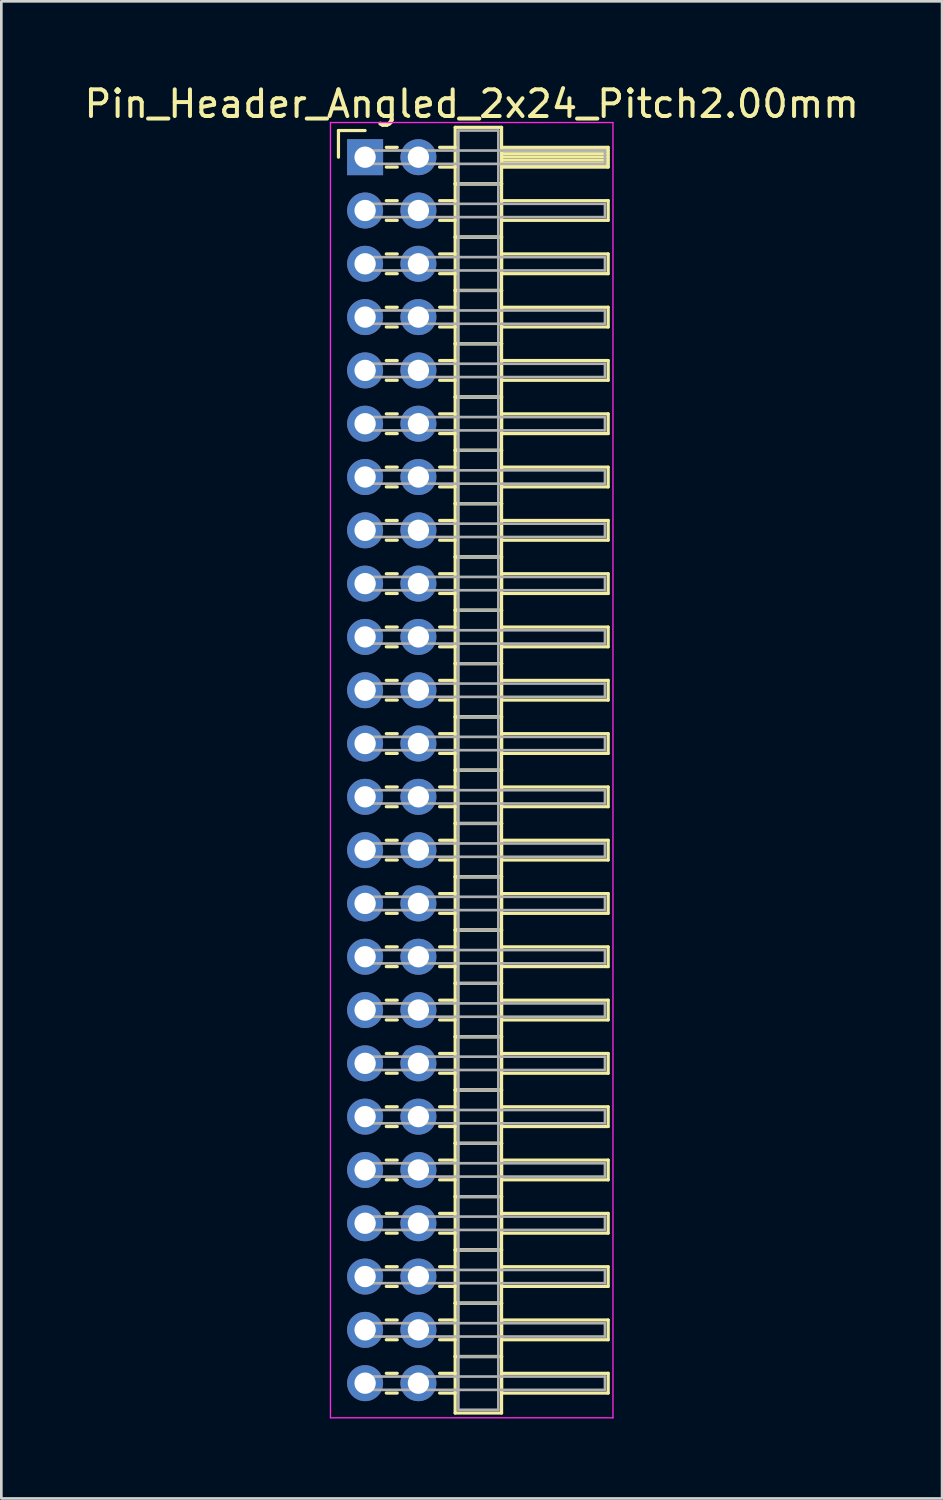
<source format=kicad_pcb>
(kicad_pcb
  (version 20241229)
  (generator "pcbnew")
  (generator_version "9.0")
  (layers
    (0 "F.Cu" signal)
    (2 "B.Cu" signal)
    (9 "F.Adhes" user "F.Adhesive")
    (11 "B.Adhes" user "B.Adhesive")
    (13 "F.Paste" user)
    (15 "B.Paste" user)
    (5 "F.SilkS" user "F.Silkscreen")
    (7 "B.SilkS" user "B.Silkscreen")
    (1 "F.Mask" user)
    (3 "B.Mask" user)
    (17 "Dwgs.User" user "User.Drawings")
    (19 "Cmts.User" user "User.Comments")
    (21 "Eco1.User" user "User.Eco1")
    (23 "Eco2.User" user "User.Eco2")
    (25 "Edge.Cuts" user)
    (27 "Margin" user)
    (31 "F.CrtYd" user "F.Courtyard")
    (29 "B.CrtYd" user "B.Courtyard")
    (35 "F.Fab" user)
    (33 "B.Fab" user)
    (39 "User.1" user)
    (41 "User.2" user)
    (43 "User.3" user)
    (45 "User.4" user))
  (footprint "Pin_Header_Angled_2x24_Pitch2.00mm"
    (layer "F.Cu")
    (at 10.649 2.848)
    (property "Reference" "Pin_Header_Angled_2x24_Pitch2.00mm" (at 4 -2 0) (layer "F.SilkS") (effects (font (size 1 1) (thickness 0.15))))
    (attr through_hole)
    (fp_line (start -1 -1) (end 0 -1) (stroke (width 0.12) (type solid)) (layer "F.SilkS"))
    (fp_line (start -1 0) (end -1 -1) (stroke (width 0.12) (type solid)) (layer "F.SilkS"))
    (fp_line (start 0.795 -0.37) (end 1.205 -0.37) (stroke (width 0.12) (type solid)) (layer "F.SilkS"))
    (fp_line (start 0.795 0.37) (end 1.205 0.37) (stroke (width 0.12) (type solid)) (layer "F.SilkS"))
    (fp_line (start 0.795 1.63) (end 1.205 1.63) (stroke (width 0.12) (type solid)) (layer "F.SilkS"))
    (fp_line (start 0.795 2.37) (end 1.205 2.37) (stroke (width 0.12) (type solid)) (layer "F.SilkS"))
    (fp_line (start 0.795 3.63) (end 1.205 3.63) (stroke (width 0.12) (type solid)) (layer "F.SilkS"))
    (fp_line (start 0.795 4.37) (end 1.205 4.37) (stroke (width 0.12) (type solid)) (layer "F.SilkS"))
    (fp_line (start 0.795 5.63) (end 1.205 5.63) (stroke (width 0.12) (type solid)) (layer "F.SilkS"))
    (fp_line (start 0.795 6.37) (end 1.205 6.37) (stroke (width 0.12) (type solid)) (layer "F.SilkS"))
    (fp_line (start 0.795 7.63) (end 1.205 7.63) (stroke (width 0.12) (type solid)) (layer "F.SilkS"))
    (fp_line (start 0.795 8.37) (end 1.205 8.37) (stroke (width 0.12) (type solid)) (layer "F.SilkS"))
    (fp_line (start 0.795 9.63) (end 1.205 9.63) (stroke (width 0.12) (type solid)) (layer "F.SilkS"))
    (fp_line (start 0.795 10.37) (end 1.205 10.37) (stroke (width 0.12) (type solid)) (layer "F.SilkS"))
    (fp_line (start 0.795 11.63) (end 1.205 11.63) (stroke (width 0.12) (type solid)) (layer "F.SilkS"))
    (fp_line (start 0.795 12.37) (end 1.205 12.37) (stroke (width 0.12) (type solid)) (layer "F.SilkS"))
    (fp_line (start 0.795 13.63) (end 1.205 13.63) (stroke (width 0.12) (type solid)) (layer "F.SilkS"))
    (fp_line (start 0.795 14.37) (end 1.205 14.37) (stroke (width 0.12) (type solid)) (layer "F.SilkS"))
    (fp_line (start 0.795 15.63) (end 1.205 15.63) (stroke (width 0.12) (type solid)) (layer "F.SilkS"))
    (fp_line (start 0.795 16.37) (end 1.205 16.37) (stroke (width 0.12) (type solid)) (layer "F.SilkS"))
    (fp_line (start 0.795 17.63) (end 1.205 17.63) (stroke (width 0.12) (type solid)) (layer "F.SilkS"))
    (fp_line (start 0.795 18.37) (end 1.205 18.37) (stroke (width 0.12) (type solid)) (layer "F.SilkS"))
    (fp_line (start 0.795 19.63) (end 1.205 19.63) (stroke (width 0.12) (type solid)) (layer "F.SilkS"))
    (fp_line (start 0.795 20.37) (end 1.205 20.37) (stroke (width 0.12) (type solid)) (layer "F.SilkS"))
    (fp_line (start 0.795 21.63) (end 1.205 21.63) (stroke (width 0.12) (type solid)) (layer "F.SilkS"))
    (fp_line (start 0.795 22.37) (end 1.205 22.37) (stroke (width 0.12) (type solid)) (layer "F.SilkS"))
    (fp_line (start 0.795 23.63) (end 1.205 23.63) (stroke (width 0.12) (type solid)) (layer "F.SilkS"))
    (fp_line (start 0.795 24.37) (end 1.205 24.37) (stroke (width 0.12) (type solid)) (layer "F.SilkS"))
    (fp_line (start 0.795 25.63) (end 1.205 25.63) (stroke (width 0.12) (type solid)) (layer "F.SilkS"))
    (fp_line (start 0.795 26.37) (end 1.205 26.37) (stroke (width 0.12) (type solid)) (layer "F.SilkS"))
    (fp_line (start 0.795 27.63) (end 1.205 27.63) (stroke (width 0.12) (type solid)) (layer "F.SilkS"))
    (fp_line (start 0.795 28.37) (end 1.205 28.37) (stroke (width 0.12) (type solid)) (layer "F.SilkS"))
    (fp_line (start 0.795 29.63) (end 1.205 29.63) (stroke (width 0.12) (type solid)) (layer "F.SilkS"))
    (fp_line (start 0.795 30.37) (end 1.205 30.37) (stroke (width 0.12) (type solid)) (layer "F.SilkS"))
    (fp_line (start 0.795 31.63) (end 1.205 31.63) (stroke (width 0.12) (type solid)) (layer "F.SilkS"))
    (fp_line (start 0.795 32.37) (end 1.205 32.37) (stroke (width 0.12) (type solid)) (layer "F.SilkS"))
    (fp_line (start 0.795 33.63) (end 1.205 33.63) (stroke (width 0.12) (type solid)) (layer "F.SilkS"))
    (fp_line (start 0.795 34.37) (end 1.205 34.37) (stroke (width 0.12) (type solid)) (layer "F.SilkS"))
    (fp_line (start 0.795 35.63) (end 1.205 35.63) (stroke (width 0.12) (type solid)) (layer "F.SilkS"))
    (fp_line (start 0.795 36.37) (end 1.205 36.37) (stroke (width 0.12) (type solid)) (layer "F.SilkS"))
    (fp_line (start 0.795 37.63) (end 1.205 37.63) (stroke (width 0.12) (type solid)) (layer "F.SilkS"))
    (fp_line (start 0.795 38.37) (end 1.205 38.37) (stroke (width 0.12) (type solid)) (layer "F.SilkS"))
    (fp_line (start 0.795 39.63) (end 1.205 39.63) (stroke (width 0.12) (type solid)) (layer "F.SilkS"))
    (fp_line (start 0.795 40.37) (end 1.205 40.37) (stroke (width 0.12) (type solid)) (layer "F.SilkS"))
    (fp_line (start 0.795 41.63) (end 1.205 41.63) (stroke (width 0.12) (type solid)) (layer "F.SilkS"))
    (fp_line (start 0.795 42.37) (end 1.205 42.37) (stroke (width 0.12) (type solid)) (layer "F.SilkS"))
    (fp_line (start 0.795 43.63) (end 1.205 43.63) (stroke (width 0.12) (type solid)) (layer "F.SilkS"))
    (fp_line (start 0.795 44.37) (end 1.205 44.37) (stroke (width 0.12) (type solid)) (layer "F.SilkS"))
    (fp_line (start 0.795 45.63) (end 1.205 45.63) (stroke (width 0.12) (type solid)) (layer "F.SilkS"))
    (fp_line (start 0.795 46.37) (end 1.205 46.37) (stroke (width 0.12) (type solid)) (layer "F.SilkS"))
    (fp_line (start 2.795 -0.37) (end 3.38 -0.37) (stroke (width 0.12) (type solid)) (layer "F.SilkS"))
    (fp_line (start 2.795 0.37) (end 3.38 0.37) (stroke (width 0.12) (type solid)) (layer "F.SilkS"))
    (fp_line (start 2.795 1.63) (end 3.38 1.63) (stroke (width 0.12) (type solid)) (layer "F.SilkS"))
    (fp_line (start 2.795 2.37) (end 3.38 2.37) (stroke (width 0.12) (type solid)) (layer "F.SilkS"))
    (fp_line (start 2.795 3.63) (end 3.38 3.63) (stroke (width 0.12) (type solid)) (layer "F.SilkS"))
    (fp_line (start 2.795 4.37) (end 3.38 4.37) (stroke (width 0.12) (type solid)) (layer "F.SilkS"))
    (fp_line (start 2.795 5.63) (end 3.38 5.63) (stroke (width 0.12) (type solid)) (layer "F.SilkS"))
    (fp_line (start 2.795 6.37) (end 3.38 6.37) (stroke (width 0.12) (type solid)) (layer "F.SilkS"))
    (fp_line (start 2.795 7.63) (end 3.38 7.63) (stroke (width 0.12) (type solid)) (layer "F.SilkS"))
    (fp_line (start 2.795 8.37) (end 3.38 8.37) (stroke (width 0.12) (type solid)) (layer "F.SilkS"))
    (fp_line (start 2.795 9.63) (end 3.38 9.63) (stroke (width 0.12) (type solid)) (layer "F.SilkS"))
    (fp_line (start 2.795 10.37) (end 3.38 10.37) (stroke (width 0.12) (type solid)) (layer "F.SilkS"))
    (fp_line (start 2.795 11.63) (end 3.38 11.63) (stroke (width 0.12) (type solid)) (layer "F.SilkS"))
    (fp_line (start 2.795 12.37) (end 3.38 12.37) (stroke (width 0.12) (type solid)) (layer "F.SilkS"))
    (fp_line (start 2.795 13.63) (end 3.38 13.63) (stroke (width 0.12) (type solid)) (layer "F.SilkS"))
    (fp_line (start 2.795 14.37) (end 3.38 14.37) (stroke (width 0.12) (type solid)) (layer "F.SilkS"))
    (fp_line (start 2.795 15.63) (end 3.38 15.63) (stroke (width 0.12) (type solid)) (layer "F.SilkS"))
    (fp_line (start 2.795 16.37) (end 3.38 16.37) (stroke (width 0.12) (type solid)) (layer "F.SilkS"))
    (fp_line (start 2.795 17.63) (end 3.38 17.63) (stroke (width 0.12) (type solid)) (layer "F.SilkS"))
    (fp_line (start 2.795 18.37) (end 3.38 18.37) (stroke (width 0.12) (type solid)) (layer "F.SilkS"))
    (fp_line (start 2.795 19.63) (end 3.38 19.63) (stroke (width 0.12) (type solid)) (layer "F.SilkS"))
    (fp_line (start 2.795 20.37) (end 3.38 20.37) (stroke (width 0.12) (type solid)) (layer "F.SilkS"))
    (fp_line (start 2.795 21.63) (end 3.38 21.63) (stroke (width 0.12) (type solid)) (layer "F.SilkS"))
    (fp_line (start 2.795 22.37) (end 3.38 22.37) (stroke (width 0.12) (type solid)) (layer "F.SilkS"))
    (fp_line (start 2.795 23.63) (end 3.38 23.63) (stroke (width 0.12) (type solid)) (layer "F.SilkS"))
    (fp_line (start 2.795 24.37) (end 3.38 24.37) (stroke (width 0.12) (type solid)) (layer "F.SilkS"))
    (fp_line (start 2.795 25.63) (end 3.38 25.63) (stroke (width 0.12) (type solid)) (layer "F.SilkS"))
    (fp_line (start 2.795 26.37) (end 3.38 26.37) (stroke (width 0.12) (type solid)) (layer "F.SilkS"))
    (fp_line (start 2.795 27.63) (end 3.38 27.63) (stroke (width 0.12) (type solid)) (layer "F.SilkS"))
    (fp_line (start 2.795 28.37) (end 3.38 28.37) (stroke (width 0.12) (type solid)) (layer "F.SilkS"))
    (fp_line (start 2.795 29.63) (end 3.38 29.63) (stroke (width 0.12) (type solid)) (layer "F.SilkS"))
    (fp_line (start 2.795 30.37) (end 3.38 30.37) (stroke (width 0.12) (type solid)) (layer "F.SilkS"))
    (fp_line (start 2.795 31.63) (end 3.38 31.63) (stroke (width 0.12) (type solid)) (layer "F.SilkS"))
    (fp_line (start 2.795 32.37) (end 3.38 32.37) (stroke (width 0.12) (type solid)) (layer "F.SilkS"))
    (fp_line (start 2.795 33.63) (end 3.38 33.63) (stroke (width 0.12) (type solid)) (layer "F.SilkS"))
    (fp_line (start 2.795 34.37) (end 3.38 34.37) (stroke (width 0.12) (type solid)) (layer "F.SilkS"))
    (fp_line (start 2.795 35.63) (end 3.38 35.63) (stroke (width 0.12) (type solid)) (layer "F.SilkS"))
    (fp_line (start 2.795 36.37) (end 3.38 36.37) (stroke (width 0.12) (type solid)) (layer "F.SilkS"))
    (fp_line (start 2.795 37.63) (end 3.38 37.63) (stroke (width 0.12) (type solid)) (layer "F.SilkS"))
    (fp_line (start 2.795 38.37) (end 3.38 38.37) (stroke (width 0.12) (type solid)) (layer "F.SilkS"))
    (fp_line (start 2.795 39.63) (end 3.38 39.63) (stroke (width 0.12) (type solid)) (layer "F.SilkS"))
    (fp_line (start 2.795 40.37) (end 3.38 40.37) (stroke (width 0.12) (type solid)) (layer "F.SilkS"))
    (fp_line (start 2.795 41.63) (end 3.38 41.63) (stroke (width 0.12) (type solid)) (layer "F.SilkS"))
    (fp_line (start 2.795 42.37) (end 3.38 42.37) (stroke (width 0.12) (type solid)) (layer "F.SilkS"))
    (fp_line (start 2.795 43.63) (end 3.38 43.63) (stroke (width 0.12) (type solid)) (layer "F.SilkS"))
    (fp_line (start 2.795 44.37) (end 3.38 44.37) (stroke (width 0.12) (type solid)) (layer "F.SilkS"))
    (fp_line (start 2.795 45.63) (end 3.38 45.63) (stroke (width 0.12) (type solid)) (layer "F.SilkS"))
    (fp_line (start 2.795 46.37) (end 3.38 46.37) (stroke (width 0.12) (type solid)) (layer "F.SilkS"))
    (fp_line (start 3.38 -1.12) (end 3.38 1) (stroke (width 0.12) (type solid)) (layer "F.SilkS"))
    (fp_line (start 3.38 1) (end 3.38 3) (stroke (width 0.12) (type solid)) (layer "F.SilkS"))
    (fp_line (start 3.38 1) (end 5.12 1) (stroke (width 0.12) (type solid)) (layer "F.SilkS"))
    (fp_line (start 3.38 3) (end 3.38 5) (stroke (width 0.12) (type solid)) (layer "F.SilkS"))
    (fp_line (start 3.38 3) (end 5.12 3) (stroke (width 0.12) (type solid)) (layer "F.SilkS"))
    (fp_line (start 3.38 5) (end 3.38 7) (stroke (width 0.12) (type solid)) (layer "F.SilkS"))
    (fp_line (start 3.38 5) (end 5.12 5) (stroke (width 0.12) (type solid)) (layer "F.SilkS"))
    (fp_line (start 3.38 7) (end 3.38 9) (stroke (width 0.12) (type solid)) (layer "F.SilkS"))
    (fp_line (start 3.38 7) (end 5.12 7) (stroke (width 0.12) (type solid)) (layer "F.SilkS"))
    (fp_line (start 3.38 9) (end 3.38 11) (stroke (width 0.12) (type solid)) (layer "F.SilkS"))
    (fp_line (start 3.38 9) (end 5.12 9) (stroke (width 0.12) (type solid)) (layer "F.SilkS"))
    (fp_line (start 3.38 11) (end 3.38 13) (stroke (width 0.12) (type solid)) (layer "F.SilkS"))
    (fp_line (start 3.38 11) (end 5.12 11) (stroke (width 0.12) (type solid)) (layer "F.SilkS"))
    (fp_line (start 3.38 13) (end 3.38 15) (stroke (width 0.12) (type solid)) (layer "F.SilkS"))
    (fp_line (start 3.38 13) (end 5.12 13) (stroke (width 0.12) (type solid)) (layer "F.SilkS"))
    (fp_line (start 3.38 15) (end 3.38 17) (stroke (width 0.12) (type solid)) (layer "F.SilkS"))
    (fp_line (start 3.38 15) (end 5.12 15) (stroke (width 0.12) (type solid)) (layer "F.SilkS"))
    (fp_line (start 3.38 17) (end 3.38 19) (stroke (width 0.12) (type solid)) (layer "F.SilkS"))
    (fp_line (start 3.38 17) (end 5.12 17) (stroke (width 0.12) (type solid)) (layer "F.SilkS"))
    (fp_line (start 3.38 19) (end 3.38 21) (stroke (width 0.12) (type solid)) (layer "F.SilkS"))
    (fp_line (start 3.38 19) (end 5.12 19) (stroke (width 0.12) (type solid)) (layer "F.SilkS"))
    (fp_line (start 3.38 21) (end 3.38 23) (stroke (width 0.12) (type solid)) (layer "F.SilkS"))
    (fp_line (start 3.38 21) (end 5.12 21) (stroke (width 0.12) (type solid)) (layer "F.SilkS"))
    (fp_line (start 3.38 23) (end 3.38 25) (stroke (width 0.12) (type solid)) (layer "F.SilkS"))
    (fp_line (start 3.38 23) (end 5.12 23) (stroke (width 0.12) (type solid)) (layer "F.SilkS"))
    (fp_line (start 3.38 25) (end 3.38 27) (stroke (width 0.12) (type solid)) (layer "F.SilkS"))
    (fp_line (start 3.38 25) (end 5.12 25) (stroke (width 0.12) (type solid)) (layer "F.SilkS"))
    (fp_line (start 3.38 27) (end 3.38 29) (stroke (width 0.12) (type solid)) (layer "F.SilkS"))
    (fp_line (start 3.38 27) (end 5.12 27) (stroke (width 0.12) (type solid)) (layer "F.SilkS"))
    (fp_line (start 3.38 29) (end 3.38 31) (stroke (width 0.12) (type solid)) (layer "F.SilkS"))
    (fp_line (start 3.38 29) (end 5.12 29) (stroke (width 0.12) (type solid)) (layer "F.SilkS"))
    (fp_line (start 3.38 31) (end 3.38 33) (stroke (width 0.12) (type solid)) (layer "F.SilkS"))
    (fp_line (start 3.38 31) (end 5.12 31) (stroke (width 0.12) (type solid)) (layer "F.SilkS"))
    (fp_line (start 3.38 33) (end 3.38 35) (stroke (width 0.12) (type solid)) (layer "F.SilkS"))
    (fp_line (start 3.38 33) (end 5.12 33) (stroke (width 0.12) (type solid)) (layer "F.SilkS"))
    (fp_line (start 3.38 35) (end 3.38 37) (stroke (width 0.12) (type solid)) (layer "F.SilkS"))
    (fp_line (start 3.38 35) (end 5.12 35) (stroke (width 0.12) (type solid)) (layer "F.SilkS"))
    (fp_line (start 3.38 37) (end 3.38 39) (stroke (width 0.12) (type solid)) (layer "F.SilkS"))
    (fp_line (start 3.38 37) (end 5.12 37) (stroke (width 0.12) (type solid)) (layer "F.SilkS"))
    (fp_line (start 3.38 39) (end 3.38 41) (stroke (width 0.12) (type solid)) (layer "F.SilkS"))
    (fp_line (start 3.38 39) (end 5.12 39) (stroke (width 0.12) (type solid)) (layer "F.SilkS"))
    (fp_line (start 3.38 41) (end 3.38 43) (stroke (width 0.12) (type solid)) (layer "F.SilkS"))
    (fp_line (start 3.38 41) (end 5.12 41) (stroke (width 0.12) (type solid)) (layer "F.SilkS"))
    (fp_line (start 3.38 43) (end 3.38 45) (stroke (width 0.12) (type solid)) (layer "F.SilkS"))
    (fp_line (start 3.38 43) (end 5.12 43) (stroke (width 0.12) (type solid)) (layer "F.SilkS"))
    (fp_line (start 3.38 45) (end 3.38 47.12) (stroke (width 0.12) (type solid)) (layer "F.SilkS"))
    (fp_line (start 3.38 45) (end 5.12 45) (stroke (width 0.12) (type solid)) (layer "F.SilkS"))
    (fp_line (start 3.38 47.12) (end 5.12 47.12) (stroke (width 0.12) (type solid)) (layer "F.SilkS"))
    (fp_line (start 5.12 -1.12) (end 3.38 -1.12) (stroke (width 0.12) (type solid)) (layer "F.SilkS"))
    (fp_line (start 5.12 -0.37) (end 5.12 0.37) (stroke (width 0.12) (type solid)) (layer "F.SilkS"))
    (fp_line (start 5.12 -0.25) (end 9.12 -0.25) (stroke (width 0.12) (type solid)) (layer "F.SilkS"))
    (fp_line (start 5.12 -0.13) (end 9.12 -0.13) (stroke (width 0.12) (type solid)) (layer "F.SilkS"))
    (fp_line (start 5.12 -0.01) (end 9.12 -0.01) (stroke (width 0.12) (type solid)) (layer "F.SilkS"))
    (fp_line (start 5.12 0.11) (end 9.12 0.11) (stroke (width 0.12) (type solid)) (layer "F.SilkS"))
    (fp_line (start 5.12 0.23) (end 9.12 0.23) (stroke (width 0.12) (type solid)) (layer "F.SilkS"))
    (fp_line (start 5.12 0.35) (end 9.12 0.35) (stroke (width 0.12) (type solid)) (layer "F.SilkS"))
    (fp_line (start 5.12 0.37) (end 9.12 0.37) (stroke (width 0.12) (type solid)) (layer "F.SilkS"))
    (fp_line (start 5.12 1) (end 3.38 1) (stroke (width 0.12) (type solid)) (layer "F.SilkS"))
    (fp_line (start 5.12 1) (end 5.12 -1.12) (stroke (width 0.12) (type solid)) (layer "F.SilkS"))
    (fp_line (start 5.12 1.63) (end 5.12 2.37) (stroke (width 0.12) (type solid)) (layer "F.SilkS"))
    (fp_line (start 5.12 2.37) (end 9.12 2.37) (stroke (width 0.12) (type solid)) (layer "F.SilkS"))
    (fp_line (start 5.12 3) (end 3.38 3) (stroke (width 0.12) (type solid)) (layer "F.SilkS"))
    (fp_line (start 5.12 3) (end 5.12 1) (stroke (width 0.12) (type solid)) (layer "F.SilkS"))
    (fp_line (start 5.12 3.63) (end 5.12 4.37) (stroke (width 0.12) (type solid)) (layer "F.SilkS"))
    (fp_line (start 5.12 4.37) (end 9.12 4.37) (stroke (width 0.12) (type solid)) (layer "F.SilkS"))
    (fp_line (start 5.12 5) (end 3.38 5) (stroke (width 0.12) (type solid)) (layer "F.SilkS"))
    (fp_line (start 5.12 5) (end 5.12 3) (stroke (width 0.12) (type solid)) (layer "F.SilkS"))
    (fp_line (start 5.12 5.63) (end 5.12 6.37) (stroke (width 0.12) (type solid)) (layer "F.SilkS"))
    (fp_line (start 5.12 6.37) (end 9.12 6.37) (stroke (width 0.12) (type solid)) (layer "F.SilkS"))
    (fp_line (start 5.12 7) (end 3.38 7) (stroke (width 0.12) (type solid)) (layer "F.SilkS"))
    (fp_line (start 5.12 7) (end 5.12 5) (stroke (width 0.12) (type solid)) (layer "F.SilkS"))
    (fp_line (start 5.12 7.63) (end 5.12 8.37) (stroke (width 0.12) (type solid)) (layer "F.SilkS"))
    (fp_line (start 5.12 8.37) (end 9.12 8.37) (stroke (width 0.12) (type solid)) (layer "F.SilkS"))
    (fp_line (start 5.12 9) (end 3.38 9) (stroke (width 0.12) (type solid)) (layer "F.SilkS"))
    (fp_line (start 5.12 9) (end 5.12 7) (stroke (width 0.12) (type solid)) (layer "F.SilkS"))
    (fp_line (start 5.12 9.63) (end 5.12 10.37) (stroke (width 0.12) (type solid)) (layer "F.SilkS"))
    (fp_line (start 5.12 10.37) (end 9.12 10.37) (stroke (width 0.12) (type solid)) (layer "F.SilkS"))
    (fp_line (start 5.12 11) (end 3.38 11) (stroke (width 0.12) (type solid)) (layer "F.SilkS"))
    (fp_line (start 5.12 11) (end 5.12 9) (stroke (width 0.12) (type solid)) (layer "F.SilkS"))
    (fp_line (start 5.12 11.63) (end 5.12 12.37) (stroke (width 0.12) (type solid)) (layer "F.SilkS"))
    (fp_line (start 5.12 12.37) (end 9.12 12.37) (stroke (width 0.12) (type solid)) (layer "F.SilkS"))
    (fp_line (start 5.12 13) (end 3.38 13) (stroke (width 0.12) (type solid)) (layer "F.SilkS"))
    (fp_line (start 5.12 13) (end 5.12 11) (stroke (width 0.12) (type solid)) (layer "F.SilkS"))
    (fp_line (start 5.12 13.63) (end 5.12 14.37) (stroke (width 0.12) (type solid)) (layer "F.SilkS"))
    (fp_line (start 5.12 14.37) (end 9.12 14.37) (stroke (width 0.12) (type solid)) (layer "F.SilkS"))
    (fp_line (start 5.12 15) (end 3.38 15) (stroke (width 0.12) (type solid)) (layer "F.SilkS"))
    (fp_line (start 5.12 15) (end 5.12 13) (stroke (width 0.12) (type solid)) (layer "F.SilkS"))
    (fp_line (start 5.12 15.63) (end 5.12 16.37) (stroke (width 0.12) (type solid)) (layer "F.SilkS"))
    (fp_line (start 5.12 16.37) (end 9.12 16.37) (stroke (width 0.12) (type solid)) (layer "F.SilkS"))
    (fp_line (start 5.12 17) (end 3.38 17) (stroke (width 0.12) (type solid)) (layer "F.SilkS"))
    (fp_line (start 5.12 17) (end 5.12 15) (stroke (width 0.12) (type solid)) (layer "F.SilkS"))
    (fp_line (start 5.12 17.63) (end 5.12 18.37) (stroke (width 0.12) (type solid)) (layer "F.SilkS"))
    (fp_line (start 5.12 18.37) (end 9.12 18.37) (stroke (width 0.12) (type solid)) (layer "F.SilkS"))
    (fp_line (start 5.12 19) (end 3.38 19) (stroke (width 0.12) (type solid)) (layer "F.SilkS"))
    (fp_line (start 5.12 19) (end 5.12 17) (stroke (width 0.12) (type solid)) (layer "F.SilkS"))
    (fp_line (start 5.12 19.63) (end 5.12 20.37) (stroke (width 0.12) (type solid)) (layer "F.SilkS"))
    (fp_line (start 5.12 20.37) (end 9.12 20.37) (stroke (width 0.12) (type solid)) (layer "F.SilkS"))
    (fp_line (start 5.12 21) (end 3.38 21) (stroke (width 0.12) (type solid)) (layer "F.SilkS"))
    (fp_line (start 5.12 21) (end 5.12 19) (stroke (width 0.12) (type solid)) (layer "F.SilkS"))
    (fp_line (start 5.12 21.63) (end 5.12 22.37) (stroke (width 0.12) (type solid)) (layer "F.SilkS"))
    (fp_line (start 5.12 22.37) (end 9.12 22.37) (stroke (width 0.12) (type solid)) (layer "F.SilkS"))
    (fp_line (start 5.12 23) (end 3.38 23) (stroke (width 0.12) (type solid)) (layer "F.SilkS"))
    (fp_line (start 5.12 23) (end 5.12 21) (stroke (width 0.12) (type solid)) (layer "F.SilkS"))
    (fp_line (start 5.12 23.63) (end 5.12 24.37) (stroke (width 0.12) (type solid)) (layer "F.SilkS"))
    (fp_line (start 5.12 24.37) (end 9.12 24.37) (stroke (width 0.12) (type solid)) (layer "F.SilkS"))
    (fp_line (start 5.12 25) (end 3.38 25) (stroke (width 0.12) (type solid)) (layer "F.SilkS"))
    (fp_line (start 5.12 25) (end 5.12 23) (stroke (width 0.12) (type solid)) (layer "F.SilkS"))
    (fp_line (start 5.12 25.63) (end 5.12 26.37) (stroke (width 0.12) (type solid)) (layer "F.SilkS"))
    (fp_line (start 5.12 26.37) (end 9.12 26.37) (stroke (width 0.12) (type solid)) (layer "F.SilkS"))
    (fp_line (start 5.12 27) (end 3.38 27) (stroke (width 0.12) (type solid)) (layer "F.SilkS"))
    (fp_line (start 5.12 27) (end 5.12 25) (stroke (width 0.12) (type solid)) (layer "F.SilkS"))
    (fp_line (start 5.12 27.63) (end 5.12 28.37) (stroke (width 0.12) (type solid)) (layer "F.SilkS"))
    (fp_line (start 5.12 28.37) (end 9.12 28.37) (stroke (width 0.12) (type solid)) (layer "F.SilkS"))
    (fp_line (start 5.12 29) (end 3.38 29) (stroke (width 0.12) (type solid)) (layer "F.SilkS"))
    (fp_line (start 5.12 29) (end 5.12 27) (stroke (width 0.12) (type solid)) (layer "F.SilkS"))
    (fp_line (start 5.12 29.63) (end 5.12 30.37) (stroke (width 0.12) (type solid)) (layer "F.SilkS"))
    (fp_line (start 5.12 30.37) (end 9.12 30.37) (stroke (width 0.12) (type solid)) (layer "F.SilkS"))
    (fp_line (start 5.12 31) (end 3.38 31) (stroke (width 0.12) (type solid)) (layer "F.SilkS"))
    (fp_line (start 5.12 31) (end 5.12 29) (stroke (width 0.12) (type solid)) (layer "F.SilkS"))
    (fp_line (start 5.12 31.63) (end 5.12 32.37) (stroke (width 0.12) (type solid)) (layer "F.SilkS"))
    (fp_line (start 5.12 32.37) (end 9.12 32.37) (stroke (width 0.12) (type solid)) (layer "F.SilkS"))
    (fp_line (start 5.12 33) (end 3.38 33) (stroke (width 0.12) (type solid)) (layer "F.SilkS"))
    (fp_line (start 5.12 33) (end 5.12 31) (stroke (width 0.12) (type solid)) (layer "F.SilkS"))
    (fp_line (start 5.12 33.63) (end 5.12 34.37) (stroke (width 0.12) (type solid)) (layer "F.SilkS"))
    (fp_line (start 5.12 34.37) (end 9.12 34.37) (stroke (width 0.12) (type solid)) (layer "F.SilkS"))
    (fp_line (start 5.12 35) (end 3.38 35) (stroke (width 0.12) (type solid)) (layer "F.SilkS"))
    (fp_line (start 5.12 35) (end 5.12 33) (stroke (width 0.12) (type solid)) (layer "F.SilkS"))
    (fp_line (start 5.12 35.63) (end 5.12 36.37) (stroke (width 0.12) (type solid)) (layer "F.SilkS"))
    (fp_line (start 5.12 36.37) (end 9.12 36.37) (stroke (width 0.12) (type solid)) (layer "F.SilkS"))
    (fp_line (start 5.12 37) (end 3.38 37) (stroke (width 0.12) (type solid)) (layer "F.SilkS"))
    (fp_line (start 5.12 37) (end 5.12 35) (stroke (width 0.12) (type solid)) (layer "F.SilkS"))
    (fp_line (start 5.12 37.63) (end 5.12 38.37) (stroke (width 0.12) (type solid)) (layer "F.SilkS"))
    (fp_line (start 5.12 38.37) (end 9.12 38.37) (stroke (width 0.12) (type solid)) (layer "F.SilkS"))
    (fp_line (start 5.12 39) (end 3.38 39) (stroke (width 0.12) (type solid)) (layer "F.SilkS"))
    (fp_line (start 5.12 39) (end 5.12 37) (stroke (width 0.12) (type solid)) (layer "F.SilkS"))
    (fp_line (start 5.12 39.63) (end 5.12 40.37) (stroke (width 0.12) (type solid)) (layer "F.SilkS"))
    (fp_line (start 5.12 40.37) (end 9.12 40.37) (stroke (width 0.12) (type solid)) (layer "F.SilkS"))
    (fp_line (start 5.12 41) (end 3.38 41) (stroke (width 0.12) (type solid)) (layer "F.SilkS"))
    (fp_line (start 5.12 41) (end 5.12 39) (stroke (width 0.12) (type solid)) (layer "F.SilkS"))
    (fp_line (start 5.12 41.63) (end 5.12 42.37) (stroke (width 0.12) (type solid)) (layer "F.SilkS"))
    (fp_line (start 5.12 42.37) (end 9.12 42.37) (stroke (width 0.12) (type solid)) (layer "F.SilkS"))
    (fp_line (start 5.12 43) (end 3.38 43) (stroke (width 0.12) (type solid)) (layer "F.SilkS"))
    (fp_line (start 5.12 43) (end 5.12 41) (stroke (width 0.12) (type solid)) (layer "F.SilkS"))
    (fp_line (start 5.12 43.63) (end 5.12 44.37) (stroke (width 0.12) (type solid)) (layer "F.SilkS"))
    (fp_line (start 5.12 44.37) (end 9.12 44.37) (stroke (width 0.12) (type solid)) (layer "F.SilkS"))
    (fp_line (start 5.12 45) (end 3.38 45) (stroke (width 0.12) (type solid)) (layer "F.SilkS"))
    (fp_line (start 5.12 45) (end 5.12 43) (stroke (width 0.12) (type solid)) (layer "F.SilkS"))
    (fp_line (start 5.12 45.63) (end 5.12 46.37) (stroke (width 0.12) (type solid)) (layer "F.SilkS"))
    (fp_line (start 5.12 46.37) (end 9.12 46.37) (stroke (width 0.12) (type solid)) (layer "F.SilkS"))
    (fp_line (start 5.12 47.12) (end 5.12 45) (stroke (width 0.12) (type solid)) (layer "F.SilkS"))
    (fp_line (start 9.12 -0.37) (end 5.12 -0.37) (stroke (width 0.12) (type solid)) (layer "F.SilkS"))
    (fp_line (start 9.12 0.37) (end 9.12 -0.37) (stroke (width 0.12) (type solid)) (layer "F.SilkS"))
    (fp_line (start 9.12 1.63) (end 5.12 1.63) (stroke (width 0.12) (type solid)) (layer "F.SilkS"))
    (fp_line (start 9.12 2.37) (end 9.12 1.63) (stroke (width 0.12) (type solid)) (layer "F.SilkS"))
    (fp_line (start 9.12 3.63) (end 5.12 3.63) (stroke (width 0.12) (type solid)) (layer "F.SilkS"))
    (fp_line (start 9.12 4.37) (end 9.12 3.63) (stroke (width 0.12) (type solid)) (layer "F.SilkS"))
    (fp_line (start 9.12 5.63) (end 5.12 5.63) (stroke (width 0.12) (type solid)) (layer "F.SilkS"))
    (fp_line (start 9.12 6.37) (end 9.12 5.63) (stroke (width 0.12) (type solid)) (layer "F.SilkS"))
    (fp_line (start 9.12 7.63) (end 5.12 7.63) (stroke (width 0.12) (type solid)) (layer "F.SilkS"))
    (fp_line (start 9.12 8.37) (end 9.12 7.63) (stroke (width 0.12) (type solid)) (layer "F.SilkS"))
    (fp_line (start 9.12 9.63) (end 5.12 9.63) (stroke (width 0.12) (type solid)) (layer "F.SilkS"))
    (fp_line (start 9.12 10.37) (end 9.12 9.63) (stroke (width 0.12) (type solid)) (layer "F.SilkS"))
    (fp_line (start 9.12 11.63) (end 5.12 11.63) (stroke (width 0.12) (type solid)) (layer "F.SilkS"))
    (fp_line (start 9.12 12.37) (end 9.12 11.63) (stroke (width 0.12) (type solid)) (layer "F.SilkS"))
    (fp_line (start 9.12 13.63) (end 5.12 13.63) (stroke (width 0.12) (type solid)) (layer "F.SilkS"))
    (fp_line (start 9.12 14.37) (end 9.12 13.63) (stroke (width 0.12) (type solid)) (layer "F.SilkS"))
    (fp_line (start 9.12 15.63) (end 5.12 15.63) (stroke (width 0.12) (type solid)) (layer "F.SilkS"))
    (fp_line (start 9.12 16.37) (end 9.12 15.63) (stroke (width 0.12) (type solid)) (layer "F.SilkS"))
    (fp_line (start 9.12 17.63) (end 5.12 17.63) (stroke (width 0.12) (type solid)) (layer "F.SilkS"))
    (fp_line (start 9.12 18.37) (end 9.12 17.63) (stroke (width 0.12) (type solid)) (layer "F.SilkS"))
    (fp_line (start 9.12 19.63) (end 5.12 19.63) (stroke (width 0.12) (type solid)) (layer "F.SilkS"))
    (fp_line (start 9.12 20.37) (end 9.12 19.63) (stroke (width 0.12) (type solid)) (layer "F.SilkS"))
    (fp_line (start 9.12 21.63) (end 5.12 21.63) (stroke (width 0.12) (type solid)) (layer "F.SilkS"))
    (fp_line (start 9.12 22.37) (end 9.12 21.63) (stroke (width 0.12) (type solid)) (layer "F.SilkS"))
    (fp_line (start 9.12 23.63) (end 5.12 23.63) (stroke (width 0.12) (type solid)) (layer "F.SilkS"))
    (fp_line (start 9.12 24.37) (end 9.12 23.63) (stroke (width 0.12) (type solid)) (layer "F.SilkS"))
    (fp_line (start 9.12 25.63) (end 5.12 25.63) (stroke (width 0.12) (type solid)) (layer "F.SilkS"))
    (fp_line (start 9.12 26.37) (end 9.12 25.63) (stroke (width 0.12) (type solid)) (layer "F.SilkS"))
    (fp_line (start 9.12 27.63) (end 5.12 27.63) (stroke (width 0.12) (type solid)) (layer "F.SilkS"))
    (fp_line (start 9.12 28.37) (end 9.12 27.63) (stroke (width 0.12) (type solid)) (layer "F.SilkS"))
    (fp_line (start 9.12 29.63) (end 5.12 29.63) (stroke (width 0.12) (type solid)) (layer "F.SilkS"))
    (fp_line (start 9.12 30.37) (end 9.12 29.63) (stroke (width 0.12) (type solid)) (layer "F.SilkS"))
    (fp_line (start 9.12 31.63) (end 5.12 31.63) (stroke (width 0.12) (type solid)) (layer "F.SilkS"))
    (fp_line (start 9.12 32.37) (end 9.12 31.63) (stroke (width 0.12) (type solid)) (layer "F.SilkS"))
    (fp_line (start 9.12 33.63) (end 5.12 33.63) (stroke (width 0.12) (type solid)) (layer "F.SilkS"))
    (fp_line (start 9.12 34.37) (end 9.12 33.63) (stroke (width 0.12) (type solid)) (layer "F.SilkS"))
    (fp_line (start 9.12 35.63) (end 5.12 35.63) (stroke (width 0.12) (type solid)) (layer "F.SilkS"))
    (fp_line (start 9.12 36.37) (end 9.12 35.63) (stroke (width 0.12) (type solid)) (layer "F.SilkS"))
    (fp_line (start 9.12 37.63) (end 5.12 37.63) (stroke (width 0.12) (type solid)) (layer "F.SilkS"))
    (fp_line (start 9.12 38.37) (end 9.12 37.63) (stroke (width 0.12) (type solid)) (layer "F.SilkS"))
    (fp_line (start 9.12 39.63) (end 5.12 39.63) (stroke (width 0.12) (type solid)) (layer "F.SilkS"))
    (fp_line (start 9.12 40.37) (end 9.12 39.63) (stroke (width 0.12) (type solid)) (layer "F.SilkS"))
    (fp_line (start 9.12 41.63) (end 5.12 41.63) (stroke (width 0.12) (type solid)) (layer "F.SilkS"))
    (fp_line (start 9.12 42.37) (end 9.12 41.63) (stroke (width 0.12) (type solid)) (layer "F.SilkS"))
    (fp_line (start 9.12 43.63) (end 5.12 43.63) (stroke (width 0.12) (type solid)) (layer "F.SilkS"))
    (fp_line (start 9.12 44.37) (end 9.12 43.63) (stroke (width 0.12) (type solid)) (layer "F.SilkS"))
    (fp_line (start 9.12 45.63) (end 5.12 45.63) (stroke (width 0.12) (type solid)) (layer "F.SilkS"))
    (fp_line (start 9.12 46.37) (end 9.12 45.63) (stroke (width 0.12) (type solid)) (layer "F.SilkS"))
    (fp_line (start -1.3 -1.3) (end -1.3 47.3) (stroke (width 0.05) (type solid)) (layer "F.CrtYd"))
    (fp_line (start -1.3 47.3) (end 9.3 47.3) (stroke (width 0.05) (type solid)) (layer "F.CrtYd"))
    (fp_line (start 9.3 -1.3) (end -1.3 -1.3) (stroke (width 0.05) (type solid)) (layer "F.CrtYd"))
    (fp_line (start 9.3 47.3) (end 9.3 -1.3) (stroke (width 0.05) (type solid)) (layer "F.CrtYd"))
    (fp_line (start 0 -0.25) (end 0 0.25) (stroke (width 0.1) (type solid)) (layer "F.Fab"))
    (fp_line (start 0 0.25) (end 9 0.25) (stroke (width 0.1) (type solid)) (layer "F.Fab"))
    (fp_line (start 0 1.75) (end 0 2.25) (stroke (width 0.1) (type solid)) (layer "F.Fab"))
    (fp_line (start 0 2.25) (end 9 2.25) (stroke (width 0.1) (type solid)) (layer "F.Fab"))
    (fp_line (start 0 3.75) (end 0 4.25) (stroke (width 0.1) (type solid)) (layer "F.Fab"))
    (fp_line (start 0 4.25) (end 9 4.25) (stroke (width 0.1) (type solid)) (layer "F.Fab"))
    (fp_line (start 0 5.75) (end 0 6.25) (stroke (width 0.1) (type solid)) (layer "F.Fab"))
    (fp_line (start 0 6.25) (end 9 6.25) (stroke (width 0.1) (type solid)) (layer "F.Fab"))
    (fp_line (start 0 7.75) (end 0 8.25) (stroke (width 0.1) (type solid)) (layer "F.Fab"))
    (fp_line (start 0 8.25) (end 9 8.25) (stroke (width 0.1) (type solid)) (layer "F.Fab"))
    (fp_line (start 0 9.75) (end 0 10.25) (stroke (width 0.1) (type solid)) (layer "F.Fab"))
    (fp_line (start 0 10.25) (end 9 10.25) (stroke (width 0.1) (type solid)) (layer "F.Fab"))
    (fp_line (start 0 11.75) (end 0 12.25) (stroke (width 0.1) (type solid)) (layer "F.Fab"))
    (fp_line (start 0 12.25) (end 9 12.25) (stroke (width 0.1) (type solid)) (layer "F.Fab"))
    (fp_line (start 0 13.75) (end 0 14.25) (stroke (width 0.1) (type solid)) (layer "F.Fab"))
    (fp_line (start 0 14.25) (end 9 14.25) (stroke (width 0.1) (type solid)) (layer "F.Fab"))
    (fp_line (start 0 15.75) (end 0 16.25) (stroke (width 0.1) (type solid)) (layer "F.Fab"))
    (fp_line (start 0 16.25) (end 9 16.25) (stroke (width 0.1) (type solid)) (layer "F.Fab"))
    (fp_line (start 0 17.75) (end 0 18.25) (stroke (width 0.1) (type solid)) (layer "F.Fab"))
    (fp_line (start 0 18.25) (end 9 18.25) (stroke (width 0.1) (type solid)) (layer "F.Fab"))
    (fp_line (start 0 19.75) (end 0 20.25) (stroke (width 0.1) (type solid)) (layer "F.Fab"))
    (fp_line (start 0 20.25) (end 9 20.25) (stroke (width 0.1) (type solid)) (layer "F.Fab"))
    (fp_line (start 0 21.75) (end 0 22.25) (stroke (width 0.1) (type solid)) (layer "F.Fab"))
    (fp_line (start 0 22.25) (end 9 22.25) (stroke (width 0.1) (type solid)) (layer "F.Fab"))
    (fp_line (start 0 23.75) (end 0 24.25) (stroke (width 0.1) (type solid)) (layer "F.Fab"))
    (fp_line (start 0 24.25) (end 9 24.25) (stroke (width 0.1) (type solid)) (layer "F.Fab"))
    (fp_line (start 0 25.75) (end 0 26.25) (stroke (width 0.1) (type solid)) (layer "F.Fab"))
    (fp_line (start 0 26.25) (end 9 26.25) (stroke (width 0.1) (type solid)) (layer "F.Fab"))
    (fp_line (start 0 27.75) (end 0 28.25) (stroke (width 0.1) (type solid)) (layer "F.Fab"))
    (fp_line (start 0 28.25) (end 9 28.25) (stroke (width 0.1) (type solid)) (layer "F.Fab"))
    (fp_line (start 0 29.75) (end 0 30.25) (stroke (width 0.1) (type solid)) (layer "F.Fab"))
    (fp_line (start 0 30.25) (end 9 30.25) (stroke (width 0.1) (type solid)) (layer "F.Fab"))
    (fp_line (start 0 31.75) (end 0 32.25) (stroke (width 0.1) (type solid)) (layer "F.Fab"))
    (fp_line (start 0 32.25) (end 9 32.25) (stroke (width 0.1) (type solid)) (layer "F.Fab"))
    (fp_line (start 0 33.75) (end 0 34.25) (stroke (width 0.1) (type solid)) (layer "F.Fab"))
    (fp_line (start 0 34.25) (end 9 34.25) (stroke (width 0.1) (type solid)) (layer "F.Fab"))
    (fp_line (start 0 35.75) (end 0 36.25) (stroke (width 0.1) (type solid)) (layer "F.Fab"))
    (fp_line (start 0 36.25) (end 9 36.25) (stroke (width 0.1) (type solid)) (layer "F.Fab"))
    (fp_line (start 0 37.75) (end 0 38.25) (stroke (width 0.1) (type solid)) (layer "F.Fab"))
    (fp_line (start 0 38.25) (end 9 38.25) (stroke (width 0.1) (type solid)) (layer "F.Fab"))
    (fp_line (start 0 39.75) (end 0 40.25) (stroke (width 0.1) (type solid)) (layer "F.Fab"))
    (fp_line (start 0 40.25) (end 9 40.25) (stroke (width 0.1) (type solid)) (layer "F.Fab"))
    (fp_line (start 0 41.75) (end 0 42.25) (stroke (width 0.1) (type solid)) (layer "F.Fab"))
    (fp_line (start 0 42.25) (end 9 42.25) (stroke (width 0.1) (type solid)) (layer "F.Fab"))
    (fp_line (start 0 43.75) (end 0 44.25) (stroke (width 0.1) (type solid)) (layer "F.Fab"))
    (fp_line (start 0 44.25) (end 9 44.25) (stroke (width 0.1) (type solid)) (layer "F.Fab"))
    (fp_line (start 0 45.75) (end 0 46.25) (stroke (width 0.1) (type solid)) (layer "F.Fab"))
    (fp_line (start 0 46.25) (end 9 46.25) (stroke (width 0.1) (type solid)) (layer "F.Fab"))
    (fp_line (start 3.5 -1) (end 3.5 1) (stroke (width 0.1) (type solid)) (layer "F.Fab"))
    (fp_line (start 3.5 1) (end 3.5 3) (stroke (width 0.1) (type solid)) (layer "F.Fab"))
    (fp_line (start 3.5 1) (end 5 1) (stroke (width 0.1) (type solid)) (layer "F.Fab"))
    (fp_line (start 3.5 3) (end 3.5 5) (stroke (width 0.1) (type solid)) (layer "F.Fab"))
    (fp_line (start 3.5 3) (end 5 3) (stroke (width 0.1) (type solid)) (layer "F.Fab"))
    (fp_line (start 3.5 5) (end 3.5 7) (stroke (width 0.1) (type solid)) (layer "F.Fab"))
    (fp_line (start 3.5 5) (end 5 5) (stroke (width 0.1) (type solid)) (layer "F.Fab"))
    (fp_line (start 3.5 7) (end 3.5 9) (stroke (width 0.1) (type solid)) (layer "F.Fab"))
    (fp_line (start 3.5 7) (end 5 7) (stroke (width 0.1) (type solid)) (layer "F.Fab"))
    (fp_line (start 3.5 9) (end 3.5 11) (stroke (width 0.1) (type solid)) (layer "F.Fab"))
    (fp_line (start 3.5 9) (end 5 9) (stroke (width 0.1) (type solid)) (layer "F.Fab"))
    (fp_line (start 3.5 11) (end 3.5 13) (stroke (width 0.1) (type solid)) (layer "F.Fab"))
    (fp_line (start 3.5 11) (end 5 11) (stroke (width 0.1) (type solid)) (layer "F.Fab"))
    (fp_line (start 3.5 13) (end 3.5 15) (stroke (width 0.1) (type solid)) (layer "F.Fab"))
    (fp_line (start 3.5 13) (end 5 13) (stroke (width 0.1) (type solid)) (layer "F.Fab"))
    (fp_line (start 3.5 15) (end 3.5 17) (stroke (width 0.1) (type solid)) (layer "F.Fab"))
    (fp_line (start 3.5 15) (end 5 15) (stroke (width 0.1) (type solid)) (layer "F.Fab"))
    (fp_line (start 3.5 17) (end 3.5 19) (stroke (width 0.1) (type solid)) (layer "F.Fab"))
    (fp_line (start 3.5 17) (end 5 17) (stroke (width 0.1) (type solid)) (layer "F.Fab"))
    (fp_line (start 3.5 19) (end 3.5 21) (stroke (width 0.1) (type solid)) (layer "F.Fab"))
    (fp_line (start 3.5 19) (end 5 19) (stroke (width 0.1) (type solid)) (layer "F.Fab"))
    (fp_line (start 3.5 21) (end 3.5 23) (stroke (width 0.1) (type solid)) (layer "F.Fab"))
    (fp_line (start 3.5 21) (end 5 21) (stroke (width 0.1) (type solid)) (layer "F.Fab"))
    (fp_line (start 3.5 23) (end 3.5 25) (stroke (width 0.1) (type solid)) (layer "F.Fab"))
    (fp_line (start 3.5 23) (end 5 23) (stroke (width 0.1) (type solid)) (layer "F.Fab"))
    (fp_line (start 3.5 25) (end 3.5 27) (stroke (width 0.1) (type solid)) (layer "F.Fab"))
    (fp_line (start 3.5 25) (end 5 25) (stroke (width 0.1) (type solid)) (layer "F.Fab"))
    (fp_line (start 3.5 27) (end 3.5 29) (stroke (width 0.1) (type solid)) (layer "F.Fab"))
    (fp_line (start 3.5 27) (end 5 27) (stroke (width 0.1) (type solid)) (layer "F.Fab"))
    (fp_line (start 3.5 29) (end 3.5 31) (stroke (width 0.1) (type solid)) (layer "F.Fab"))
    (fp_line (start 3.5 29) (end 5 29) (stroke (width 0.1) (type solid)) (layer "F.Fab"))
    (fp_line (start 3.5 31) (end 3.5 33) (stroke (width 0.1) (type solid)) (layer "F.Fab"))
    (fp_line (start 3.5 31) (end 5 31) (stroke (width 0.1) (type solid)) (layer "F.Fab"))
    (fp_line (start 3.5 33) (end 3.5 35) (stroke (width 0.1) (type solid)) (layer "F.Fab"))
    (fp_line (start 3.5 33) (end 5 33) (stroke (width 0.1) (type solid)) (layer "F.Fab"))
    (fp_line (start 3.5 35) (end 3.5 37) (stroke (width 0.1) (type solid)) (layer "F.Fab"))
    (fp_line (start 3.5 35) (end 5 35) (stroke (width 0.1) (type solid)) (layer "F.Fab"))
    (fp_line (start 3.5 37) (end 3.5 39) (stroke (width 0.1) (type solid)) (layer "F.Fab"))
    (fp_line (start 3.5 37) (end 5 37) (stroke (width 0.1) (type solid)) (layer "F.Fab"))
    (fp_line (start 3.5 39) (end 3.5 41) (stroke (width 0.1) (type solid)) (layer "F.Fab"))
    (fp_line (start 3.5 39) (end 5 39) (stroke (width 0.1) (type solid)) (layer "F.Fab"))
    (fp_line (start 3.5 41) (end 3.5 43) (stroke (width 0.1) (type solid)) (layer "F.Fab"))
    (fp_line (start 3.5 41) (end 5 41) (stroke (width 0.1) (type solid)) (layer "F.Fab"))
    (fp_line (start 3.5 43) (end 3.5 45) (stroke (width 0.1) (type solid)) (layer "F.Fab"))
    (fp_line (start 3.5 43) (end 5 43) (stroke (width 0.1) (type solid)) (layer "F.Fab"))
    (fp_line (start 3.5 45) (end 3.5 47) (stroke (width 0.1) (type solid)) (layer "F.Fab"))
    (fp_line (start 3.5 45) (end 5 45) (stroke (width 0.1) (type solid)) (layer "F.Fab"))
    (fp_line (start 3.5 47) (end 5 47) (stroke (width 0.1) (type solid)) (layer "F.Fab"))
    (fp_line (start 5 -1) (end 3.5 -1) (stroke (width 0.1) (type solid)) (layer "F.Fab"))
    (fp_line (start 5 1) (end 3.5 1) (stroke (width 0.1) (type solid)) (layer "F.Fab"))
    (fp_line (start 5 1) (end 5 -1) (stroke (width 0.1) (type solid)) (layer "F.Fab"))
    (fp_line (start 5 3) (end 3.5 3) (stroke (width 0.1) (type solid)) (layer "F.Fab"))
    (fp_line (start 5 3) (end 5 1) (stroke (width 0.1) (type solid)) (layer "F.Fab"))
    (fp_line (start 5 5) (end 3.5 5) (stroke (width 0.1) (type solid)) (layer "F.Fab"))
    (fp_line (start 5 5) (end 5 3) (stroke (width 0.1) (type solid)) (layer "F.Fab"))
    (fp_line (start 5 7) (end 3.5 7) (stroke (width 0.1) (type solid)) (layer "F.Fab"))
    (fp_line (start 5 7) (end 5 5) (stroke (width 0.1) (type solid)) (layer "F.Fab"))
    (fp_line (start 5 9) (end 3.5 9) (stroke (width 0.1) (type solid)) (layer "F.Fab"))
    (fp_line (start 5 9) (end 5 7) (stroke (width 0.1) (type solid)) (layer "F.Fab"))
    (fp_line (start 5 11) (end 3.5 11) (stroke (width 0.1) (type solid)) (layer "F.Fab"))
    (fp_line (start 5 11) (end 5 9) (stroke (width 0.1) (type solid)) (layer "F.Fab"))
    (fp_line (start 5 13) (end 3.5 13) (stroke (width 0.1) (type solid)) (layer "F.Fab"))
    (fp_line (start 5 13) (end 5 11) (stroke (width 0.1) (type solid)) (layer "F.Fab"))
    (fp_line (start 5 15) (end 3.5 15) (stroke (width 0.1) (type solid)) (layer "F.Fab"))
    (fp_line (start 5 15) (end 5 13) (stroke (width 0.1) (type solid)) (layer "F.Fab"))
    (fp_line (start 5 17) (end 3.5 17) (stroke (width 0.1) (type solid)) (layer "F.Fab"))
    (fp_line (start 5 17) (end 5 15) (stroke (width 0.1) (type solid)) (layer "F.Fab"))
    (fp_line (start 5 19) (end 3.5 19) (stroke (width 0.1) (type solid)) (layer "F.Fab"))
    (fp_line (start 5 19) (end 5 17) (stroke (width 0.1) (type solid)) (layer "F.Fab"))
    (fp_line (start 5 21) (end 3.5 21) (stroke (width 0.1) (type solid)) (layer "F.Fab"))
    (fp_line (start 5 21) (end 5 19) (stroke (width 0.1) (type solid)) (layer "F.Fab"))
    (fp_line (start 5 23) (end 3.5 23) (stroke (width 0.1) (type solid)) (layer "F.Fab"))
    (fp_line (start 5 23) (end 5 21) (stroke (width 0.1) (type solid)) (layer "F.Fab"))
    (fp_line (start 5 25) (end 3.5 25) (stroke (width 0.1) (type solid)) (layer "F.Fab"))
    (fp_line (start 5 25) (end 5 23) (stroke (width 0.1) (type solid)) (layer "F.Fab"))
    (fp_line (start 5 27) (end 3.5 27) (stroke (width 0.1) (type solid)) (layer "F.Fab"))
    (fp_line (start 5 27) (end 5 25) (stroke (width 0.1) (type solid)) (layer "F.Fab"))
    (fp_line (start 5 29) (end 3.5 29) (stroke (width 0.1) (type solid)) (layer "F.Fab"))
    (fp_line (start 5 29) (end 5 27) (stroke (width 0.1) (type solid)) (layer "F.Fab"))
    (fp_line (start 5 31) (end 3.5 31) (stroke (width 0.1) (type solid)) (layer "F.Fab"))
    (fp_line (start 5 31) (end 5 29) (stroke (width 0.1) (type solid)) (layer "F.Fab"))
    (fp_line (start 5 33) (end 3.5 33) (stroke (width 0.1) (type solid)) (layer "F.Fab"))
    (fp_line (start 5 33) (end 5 31) (stroke (width 0.1) (type solid)) (layer "F.Fab"))
    (fp_line (start 5 35) (end 3.5 35) (stroke (width 0.1) (type solid)) (layer "F.Fab"))
    (fp_line (start 5 35) (end 5 33) (stroke (width 0.1) (type solid)) (layer "F.Fab"))
    (fp_line (start 5 37) (end 3.5 37) (stroke (width 0.1) (type solid)) (layer "F.Fab"))
    (fp_line (start 5 37) (end 5 35) (stroke (width 0.1) (type solid)) (layer "F.Fab"))
    (fp_line (start 5 39) (end 3.5 39) (stroke (width 0.1) (type solid)) (layer "F.Fab"))
    (fp_line (start 5 39) (end 5 37) (stroke (width 0.1) (type solid)) (layer "F.Fab"))
    (fp_line (start 5 41) (end 3.5 41) (stroke (width 0.1) (type solid)) (layer "F.Fab"))
    (fp_line (start 5 41) (end 5 39) (stroke (width 0.1) (type solid)) (layer "F.Fab"))
    (fp_line (start 5 43) (end 3.5 43) (stroke (width 0.1) (type solid)) (layer "F.Fab"))
    (fp_line (start 5 43) (end 5 41) (stroke (width 0.1) (type solid)) (layer "F.Fab"))
    (fp_line (start 5 45) (end 3.5 45) (stroke (width 0.1) (type solid)) (layer "F.Fab"))
    (fp_line (start 5 45) (end 5 43) (stroke (width 0.1) (type solid)) (layer "F.Fab"))
    (fp_line (start 5 47) (end 5 45) (stroke (width 0.1) (type solid)) (layer "F.Fab"))
    (fp_line (start 9 -0.25) (end 0 -0.25) (stroke (width 0.1) (type solid)) (layer "F.Fab"))
    (fp_line (start 9 0.25) (end 9 -0.25) (stroke (width 0.1) (type solid)) (layer "F.Fab"))
    (fp_line (start 9 1.75) (end 0 1.75) (stroke (width 0.1) (type solid)) (layer "F.Fab"))
    (fp_line (start 9 2.25) (end 9 1.75) (stroke (width 0.1) (type solid)) (layer "F.Fab"))
    (fp_line (start 9 3.75) (end 0 3.75) (stroke (width 0.1) (type solid)) (layer "F.Fab"))
    (fp_line (start 9 4.25) (end 9 3.75) (stroke (width 0.1) (type solid)) (layer "F.Fab"))
    (fp_line (start 9 5.75) (end 0 5.75) (stroke (width 0.1) (type solid)) (layer "F.Fab"))
    (fp_line (start 9 6.25) (end 9 5.75) (stroke (width 0.1) (type solid)) (layer "F.Fab"))
    (fp_line (start 9 7.75) (end 0 7.75) (stroke (width 0.1) (type solid)) (layer "F.Fab"))
    (fp_line (start 9 8.25) (end 9 7.75) (stroke (width 0.1) (type solid)) (layer "F.Fab"))
    (fp_line (start 9 9.75) (end 0 9.75) (stroke (width 0.1) (type solid)) (layer "F.Fab"))
    (fp_line (start 9 10.25) (end 9 9.75) (stroke (width 0.1) (type solid)) (layer "F.Fab"))
    (fp_line (start 9 11.75) (end 0 11.75) (stroke (width 0.1) (type solid)) (layer "F.Fab"))
    (fp_line (start 9 12.25) (end 9 11.75) (stroke (width 0.1) (type solid)) (layer "F.Fab"))
    (fp_line (start 9 13.75) (end 0 13.75) (stroke (width 0.1) (type solid)) (layer "F.Fab"))
    (fp_line (start 9 14.25) (end 9 13.75) (stroke (width 0.1) (type solid)) (layer "F.Fab"))
    (fp_line (start 9 15.75) (end 0 15.75) (stroke (width 0.1) (type solid)) (layer "F.Fab"))
    (fp_line (start 9 16.25) (end 9 15.75) (stroke (width 0.1) (type solid)) (layer "F.Fab"))
    (fp_line (start 9 17.75) (end 0 17.75) (stroke (width 0.1) (type solid)) (layer "F.Fab"))
    (fp_line (start 9 18.25) (end 9 17.75) (stroke (width 0.1) (type solid)) (layer "F.Fab"))
    (fp_line (start 9 19.75) (end 0 19.75) (stroke (width 0.1) (type solid)) (layer "F.Fab"))
    (fp_line (start 9 20.25) (end 9 19.75) (stroke (width 0.1) (type solid)) (layer "F.Fab"))
    (fp_line (start 9 21.75) (end 0 21.75) (stroke (width 0.1) (type solid)) (layer "F.Fab"))
    (fp_line (start 9 22.25) (end 9 21.75) (stroke (width 0.1) (type solid)) (layer "F.Fab"))
    (fp_line (start 9 23.75) (end 0 23.75) (stroke (width 0.1) (type solid)) (layer "F.Fab"))
    (fp_line (start 9 24.25) (end 9 23.75) (stroke (width 0.1) (type solid)) (layer "F.Fab"))
    (fp_line (start 9 25.75) (end 0 25.75) (stroke (width 0.1) (type solid)) (layer "F.Fab"))
    (fp_line (start 9 26.25) (end 9 25.75) (stroke (width 0.1) (type solid)) (layer "F.Fab"))
    (fp_line (start 9 27.75) (end 0 27.75) (stroke (width 0.1) (type solid)) (layer "F.Fab"))
    (fp_line (start 9 28.25) (end 9 27.75) (stroke (width 0.1) (type solid)) (layer "F.Fab"))
    (fp_line (start 9 29.75) (end 0 29.75) (stroke (width 0.1) (type solid)) (layer "F.Fab"))
    (fp_line (start 9 30.25) (end 9 29.75) (stroke (width 0.1) (type solid)) (layer "F.Fab"))
    (fp_line (start 9 31.75) (end 0 31.75) (stroke (width 0.1) (type solid)) (layer "F.Fab"))
    (fp_line (start 9 32.25) (end 9 31.75) (stroke (width 0.1) (type solid)) (layer "F.Fab"))
    (fp_line (start 9 33.75) (end 0 33.75) (stroke (width 0.1) (type solid)) (layer "F.Fab"))
    (fp_line (start 9 34.25) (end 9 33.75) (stroke (width 0.1) (type solid)) (layer "F.Fab"))
    (fp_line (start 9 35.75) (end 0 35.75) (stroke (width 0.1) (type solid)) (layer "F.Fab"))
    (fp_line (start 9 36.25) (end 9 35.75) (stroke (width 0.1) (type solid)) (layer "F.Fab"))
    (fp_line (start 9 37.75) (end 0 37.75) (stroke (width 0.1) (type solid)) (layer "F.Fab"))
    (fp_line (start 9 38.25) (end 9 37.75) (stroke (width 0.1) (type solid)) (layer "F.Fab"))
    (fp_line (start 9 39.75) (end 0 39.75) (stroke (width 0.1) (type solid)) (layer "F.Fab"))
    (fp_line (start 9 40.25) (end 9 39.75) (stroke (width 0.1) (type solid)) (layer "F.Fab"))
    (fp_line (start 9 41.75) (end 0 41.75) (stroke (width 0.1) (type solid)) (layer "F.Fab"))
    (fp_line (start 9 42.25) (end 9 41.75) (stroke (width 0.1) (type solid)) (layer "F.Fab"))
    (fp_line (start 9 43.75) (end 0 43.75) (stroke (width 0.1) (type solid)) (layer "F.Fab"))
    (fp_line (start 9 44.25) (end 9 43.75) (stroke (width 0.1) (type solid)) (layer "F.Fab"))
    (fp_line (start 9 45.75) (end 0 45.75) (stroke (width 0.1) (type solid)) (layer "F.Fab"))
    (fp_line (start 9 46.25) (end 9 45.75) (stroke (width 0.1) (type solid)) (layer "F.Fab"))
    (pad "1" thru_hole rect (at 0 0) (size 1.35 1.35) (drill 0.8) (layers "*.Cu" "*.Mask"))
    (pad "2" thru_hole oval (at 2 0) (size 1.35 1.35) (drill 0.8) (layers "*.Cu" "*.Mask"))
    (pad "3" thru_hole oval (at 0 2) (size 1.35 1.35) (drill 0.8) (layers "*.Cu" "*.Mask"))
    (pad "4" thru_hole oval (at 2 2) (size 1.35 1.35) (drill 0.8) (layers "*.Cu" "*.Mask"))
    (pad "5" thru_hole oval (at 0 4) (size 1.35 1.35) (drill 0.8) (layers "*.Cu" "*.Mask"))
    (pad "6" thru_hole oval (at 2 4) (size 1.35 1.35) (drill 0.8) (layers "*.Cu" "*.Mask"))
    (pad "7" thru_hole oval (at 0 6) (size 1.35 1.35) (drill 0.8) (layers "*.Cu" "*.Mask"))
    (pad "8" thru_hole oval (at 2 6) (size 1.35 1.35) (drill 0.8) (layers "*.Cu" "*.Mask"))
    (pad "9" thru_hole oval (at 0 8) (size 1.35 1.35) (drill 0.8) (layers "*.Cu" "*.Mask"))
    (pad "10" thru_hole oval (at 2 8) (size 1.35 1.35) (drill 0.8) (layers "*.Cu" "*.Mask"))
    (pad "11" thru_hole oval (at 0 10) (size 1.35 1.35) (drill 0.8) (layers "*.Cu" "*.Mask"))
    (pad "12" thru_hole oval (at 2 10) (size 1.35 1.35) (drill 0.8) (layers "*.Cu" "*.Mask"))
    (pad "13" thru_hole oval (at 0 12) (size 1.35 1.35) (drill 0.8) (layers "*.Cu" "*.Mask"))
    (pad "14" thru_hole oval (at 2 12) (size 1.35 1.35) (drill 0.8) (layers "*.Cu" "*.Mask"))
    (pad "15" thru_hole oval (at 0 14) (size 1.35 1.35) (drill 0.8) (layers "*.Cu" "*.Mask"))
    (pad "16" thru_hole oval (at 2 14) (size 1.35 1.35) (drill 0.8) (layers "*.Cu" "*.Mask"))
    (pad "17" thru_hole oval (at 0 16) (size 1.35 1.35) (drill 0.8) (layers "*.Cu" "*.Mask"))
    (pad "18" thru_hole oval (at 2 16) (size 1.35 1.35) (drill 0.8) (layers "*.Cu" "*.Mask"))
    (pad "19" thru_hole oval (at 0 18) (size 1.35 1.35) (drill 0.8) (layers "*.Cu" "*.Mask"))
    (pad "20" thru_hole oval (at 2 18) (size 1.35 1.35) (drill 0.8) (layers "*.Cu" "*.Mask"))
    (pad "21" thru_hole oval (at 0 20) (size 1.35 1.35) (drill 0.8) (layers "*.Cu" "*.Mask"))
    (pad "22" thru_hole oval (at 2 20) (size 1.35 1.35) (drill 0.8) (layers "*.Cu" "*.Mask"))
    (pad "23" thru_hole oval (at 0 22) (size 1.35 1.35) (drill 0.8) (layers "*.Cu" "*.Mask"))
    (pad "24" thru_hole oval (at 2 22) (size 1.35 1.35) (drill 0.8) (layers "*.Cu" "*.Mask"))
    (pad "25" thru_hole oval (at 0 24) (size 1.35 1.35) (drill 0.8) (layers "*.Cu" "*.Mask"))
    (pad "26" thru_hole oval (at 2 24) (size 1.35 1.35) (drill 0.8) (layers "*.Cu" "*.Mask"))
    (pad "27" thru_hole oval (at 0 26) (size 1.35 1.35) (drill 0.8) (layers "*.Cu" "*.Mask"))
    (pad "28" thru_hole oval (at 2 26) (size 1.35 1.35) (drill 0.8) (layers "*.Cu" "*.Mask"))
    (pad "29" thru_hole oval (at 0 28) (size 1.35 1.35) (drill 0.8) (layers "*.Cu" "*.Mask"))
    (pad "30" thru_hole oval (at 2 28) (size 1.35 1.35) (drill 0.8) (layers "*.Cu" "*.Mask"))
    (pad "31" thru_hole oval (at 0 30) (size 1.35 1.35) (drill 0.8) (layers "*.Cu" "*.Mask"))
    (pad "32" thru_hole oval (at 2 30) (size 1.35 1.35) (drill 0.8) (layers "*.Cu" "*.Mask"))
    (pad "33" thru_hole oval (at 0 32) (size 1.35 1.35) (drill 0.8) (layers "*.Cu" "*.Mask"))
    (pad "34" thru_hole oval (at 2 32) (size 1.35 1.35) (drill 0.8) (layers "*.Cu" "*.Mask"))
    (pad "35" thru_hole oval (at 0 34) (size 1.35 1.35) (drill 0.8) (layers "*.Cu" "*.Mask"))
    (pad "36" thru_hole oval (at 2 34) (size 1.35 1.35) (drill 0.8) (layers "*.Cu" "*.Mask"))
    (pad "37" thru_hole oval (at 0 36) (size 1.35 1.35) (drill 0.8) (layers "*.Cu" "*.Mask"))
    (pad "38" thru_hole oval (at 2 36) (size 1.35 1.35) (drill 0.8) (layers "*.Cu" "*.Mask"))
    (pad "39" thru_hole oval (at 0 38) (size 1.35 1.35) (drill 0.8) (layers "*.Cu" "*.Mask"))
    (pad "40" thru_hole oval (at 2 38) (size 1.35 1.35) (drill 0.8) (layers "*.Cu" "*.Mask"))
    (pad "41" thru_hole oval (at 0 40) (size 1.35 1.35) (drill 0.8) (layers "*.Cu" "*.Mask"))
    (pad "42" thru_hole oval (at 2 40) (size 1.35 1.35) (drill 0.8) (layers "*.Cu" "*.Mask"))
    (pad "43" thru_hole oval (at 0 42) (size 1.35 1.35) (drill 0.8) (layers "*.Cu" "*.Mask"))
    (pad "44" thru_hole oval (at 2 42) (size 1.35 1.35) (drill 0.8) (layers "*.Cu" "*.Mask"))
    (pad "45" thru_hole oval (at 0 44) (size 1.35 1.35) (drill 0.8) (layers "*.Cu" "*.Mask"))
    (pad "46" thru_hole oval (at 2 44) (size 1.35 1.35) (drill 0.8) (layers "*.Cu" "*.Mask"))
    (pad "47" thru_hole oval (at 0 46) (size 1.35 1.35) (drill 0.8) (layers "*.Cu" "*.Mask"))
    (pad "48" thru_hole oval (at 2 46) (size 1.35 1.35) (drill 0.8) (layers "*.Cu" "*.Mask")))
  (gr_rect
    (start -3 -3)
    (end 32.298 53.173)
    (stroke (width 0.1) (type default))
    (fill no)
    (layer "Edge.Cuts")))
</source>
